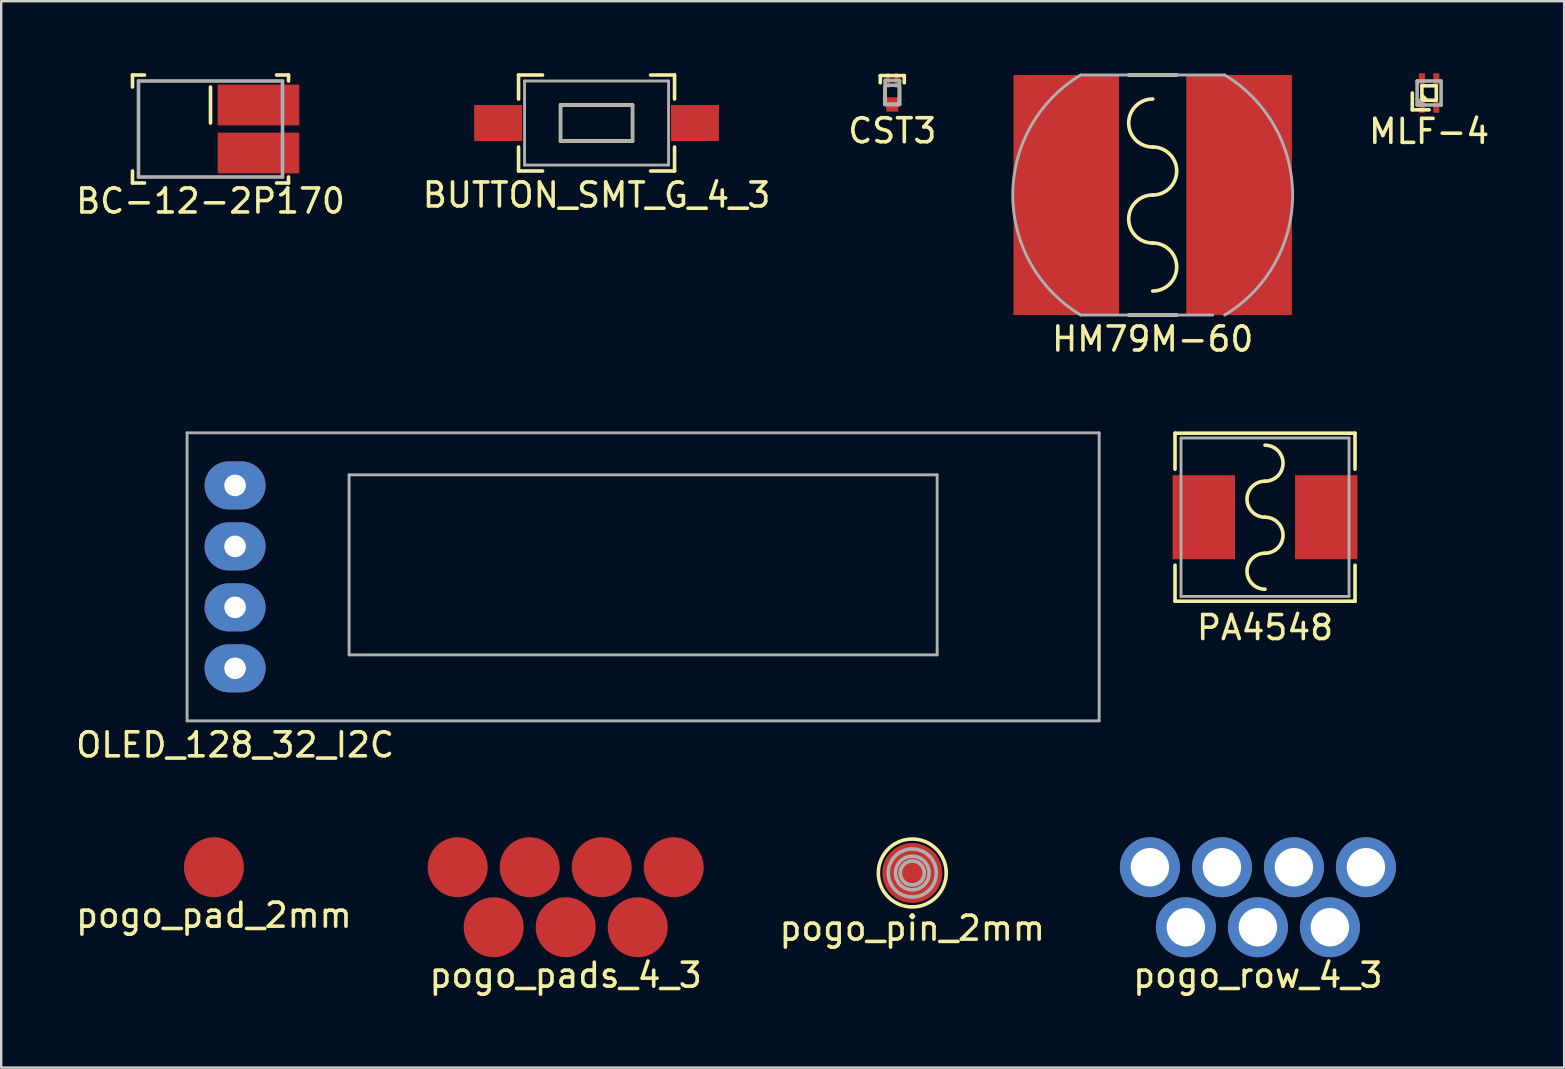
<source format=kicad_pcb>
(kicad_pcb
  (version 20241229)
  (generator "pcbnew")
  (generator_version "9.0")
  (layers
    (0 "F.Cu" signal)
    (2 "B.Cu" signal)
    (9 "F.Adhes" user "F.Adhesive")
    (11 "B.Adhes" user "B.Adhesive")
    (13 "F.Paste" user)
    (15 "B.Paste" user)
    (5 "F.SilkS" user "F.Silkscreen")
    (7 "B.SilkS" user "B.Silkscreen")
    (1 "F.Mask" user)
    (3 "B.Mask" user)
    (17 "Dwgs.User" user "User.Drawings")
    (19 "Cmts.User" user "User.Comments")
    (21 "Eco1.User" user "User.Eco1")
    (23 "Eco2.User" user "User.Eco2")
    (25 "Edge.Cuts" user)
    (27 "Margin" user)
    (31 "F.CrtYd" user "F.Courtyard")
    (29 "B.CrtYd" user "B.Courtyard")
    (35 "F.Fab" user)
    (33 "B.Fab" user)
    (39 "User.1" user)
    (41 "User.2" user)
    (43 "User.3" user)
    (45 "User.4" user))
  (footprint "pogo_pin_2mm"
    (layer "F.Cu")
    (at 34.958 33.321)
    (property "Reference" "pogo_pin_2mm" (at 0 2.3 0) (layer "F.SilkS") (effects (font (size 1 1) (thickness 0.15))))
    (attr through_hole)
    (fp_circle (center 0 0) (end 0.2 -1.4) (stroke (width 0.15) (type solid)) (fill no) (layer "F.SilkS"))
    (fp_circle (center 0 0) (end 0.5 0) (stroke (width 0.15) (type solid)) (fill no) (layer "F.Fab"))
    (fp_circle (center 0 0) (end 0.7 0) (stroke (width 0.15) (type solid)) (fill no) (layer "F.Fab"))
    (fp_circle (center 0 0) (end 1 0) (stroke (width 0.15) (type solid)) (fill no) (layer "F.Fab"))
    (pad "1" smd circle (at 0 0) (size 2.5 2.5) (layers "F.Cu" "F.Mask" "F.Paste")))
  (footprint "CST3"
    (layer "F.Cu")
    (at 34.125 0.8)
    (property "Reference" "CST3" (at 0 1.6 0) (layer "F.SilkS") (effects (font (size 1 1) (thickness 0.15))))
    (attr through_hole)
    (fp_line (start -0.5 -0.7) (end 0.5 -0.7) (stroke (width 0.15) (type solid)) (layer "F.SilkS"))
    (fp_line (start -0.5 -0.4) (end -0.5 -0.7) (stroke (width 0.15) (type solid)) (layer "F.SilkS"))
    (fp_line (start -0.3 -0.2) (end -0.3 0.5) (stroke (width 0.15) (type solid)) (layer "F.SilkS"))
    (fp_line (start -0.3 0.5) (end 0.3 0.5) (stroke (width 0.15) (type solid)) (layer "F.SilkS"))
    (fp_line (start 0.3 0.5) (end 0.3 -0.2) (stroke (width 0.15) (type solid)) (layer "F.SilkS"))
    (fp_line (start 0.5 -0.7) (end 0.5 -0.4) (stroke (width 0.15) (type solid)) (layer "F.SilkS"))
    (fp_line (start -0.3 -0.5) (end 0.3 -0.5) (stroke (width 0.15) (type solid)) (layer "F.Fab"))
    (fp_line (start -0.3 -0.3) (end 0.3 -0.3) (stroke (width 0.15) (type solid)) (layer "F.Fab"))
    (fp_line (start -0.3 0.5) (end -0.3 -0.5) (stroke (width 0.15) (type solid)) (layer "F.Fab"))
    (fp_line (start 0.3 -0.5) (end 0.3 0.5) (stroke (width 0.15) (type solid)) (layer "F.Fab"))
    (fp_line (start 0.3 0.5) (end -0.3 0.5) (stroke (width 0.15) (type solid)) (layer "F.Fab"))
    (pad "1" smd rect (at 0.175 -0.5) (size 0.15 0.6) (layers "F.Cu" "F.Mask" "F.Paste"))
    (pad "2" smd rect (at -0.175 -0.5) (size 0.15 0.6) (layers "F.Cu" "F.Mask" "F.Paste"))
    (pad "3" smd rect (at 0 0.5) (size 0.5 0.6) (layers "F.Cu" "F.Mask" "F.Paste")))
  (footprint "BC-12-2P170"
    (layer "F.Cu")
    (at 5.72 2.325)
    (property "Reference" "BC-12-2P170" (at 0 3 0) (layer "F.SilkS") (effects (font (size 1 1) (thickness 0.15))))
    (attr through_hole)
    (fp_line (start -3.25 -2.25) (end -3.25 -1.75) (stroke (width 0.15) (type solid)) (layer "F.SilkS"))
    (fp_line (start -3.25 1.75) (end -3.25 2.25) (stroke (width 0.15) (type solid)) (layer "F.SilkS"))
    (fp_line (start -3.25 2.25) (end -2.75 2.25) (stroke (width 0.15) (type solid)) (layer "F.SilkS"))
    (fp_line (start -2.75 -2.25) (end -3.25 -2.25) (stroke (width 0.15) (type solid)) (layer "F.SilkS"))
    (fp_line (start 0 -0.25) (end 0 -1.75) (stroke (width 0.15) (type solid)) (layer "F.SilkS"))
    (fp_line (start 2.75 -2.25) (end 3.25 -2.25) (stroke (width 0.15) (type solid)) (layer "F.SilkS"))
    (fp_line (start 2.75 2.25) (end 3.25 2.25) (stroke (width 0.15) (type solid)) (layer "F.SilkS"))
    (fp_line (start 3.25 -2.25) (end 3.25 -2) (stroke (width 0.15) (type solid)) (layer "F.SilkS"))
    (fp_line (start 3.25 2.25) (end 3.25 2) (stroke (width 0.15) (type solid)) (layer "F.SilkS"))
    (fp_line (start -3 -2) (end 3 -2) (stroke (width 0.15) (type solid)) (layer "F.Fab"))
    (fp_line (start -3 2) (end -3 -2) (stroke (width 0.15) (type solid)) (layer "F.Fab"))
    (fp_line (start -3 2) (end 3 2) (stroke (width 0.15) (type solid)) (layer "F.Fab"))
    (fp_line (start 3 -2) (end 3 2) (stroke (width 0.15) (type solid)) (layer "F.Fab"))
    (pad "1" smd rect (at 2 -1) (size 3.4 1.7) (layers "F.Cu" "F.Mask" "F.Paste"))
    (pad "2" smd rect (at 2 1) (size 3.4 1.7) (layers "F.Cu" "F.Mask" "F.Paste")))
  (footprint "HM79M-60"
    (layer "F.Cu")
    (at 44.974 5.075)
    (property "Reference" "HM79M-60" (at 0 6 0) (layer "F.SilkS") (effects (font (size 1 1) (thickness 0.15))))
    (attr through_hole)
    (fp_line (start -1 -5) (end 1 -5) (stroke (width 0.15) (type solid)) (layer "F.SilkS"))
    (fp_line (start -1 5) (end 1 5) (stroke (width 0.15) (type solid)) (layer "F.SilkS"))
    (fp_arc (start 0 -2) (mid -1 -3) (end 0 -4) (stroke (width 0.15) (type solid)) (layer "F.SilkS"))
    (fp_arc (start 0 -2) (mid 1 -1) (end 0 0) (stroke (width 0.15) (type solid)) (layer "F.SilkS"))
    (fp_arc (start 0 2) (mid -1 1) (end 0 0) (stroke (width 0.15) (type solid)) (layer "F.SilkS"))
    (fp_arc (start 0 2) (mid 1 3) (end 0 4) (stroke (width 0.15) (type solid)) (layer "F.SilkS"))
    (fp_line (start 2.5 5) (end -3 5) (stroke (width 0.12) (type solid)) (layer "F.Fab"))
    (fp_line (start 3 -5) (end -3 -5) (stroke (width 0.12) (type solid)) (layer "F.Fab"))
    (fp_arc (start -3 4.999999) (mid -5.830951 0) (end -2.999999 -4.999999) (stroke (width 0.12) (type solid)) (layer "F.Fab"))
    (fp_arc (start 3 -4.999999) (mid 5.830951 0) (end 2.999999 4.999999) (stroke (width 0.12) (type solid)) (layer "F.Fab"))
    (pad "1" smd rect (at -3.6 0) (size 4.4 10) (layers "F.Cu" "F.Mask" "F.Paste"))
    (pad "2" smd rect (at 3.6 0) (size 4.4 10) (layers "F.Cu" "F.Mask" "F.Paste")))
  (footprint "OLED_128_32_I2C"
    (layer "F.Cu")
    (at 6.744 20.983)
    (property "Reference" "OLED_128_32_I2C" (at 0 7 0) (layer "F.SilkS") (effects (font (size 1 1) (thickness 0.15))))
    (attr through_hole)
    (fp_line (start -2 -6) (end 36 -6) (stroke (width 0.12) (type solid)) (layer "F.Fab"))
    (fp_line (start -2 6) (end -2 -6) (stroke (width 0.12) (type solid)) (layer "F.Fab"))
    (fp_line (start 4.75 -4.25) (end 29.25 -4.25) (stroke (width 0.12) (type solid)) (layer "F.Fab"))
    (fp_line (start 4.75 3.25) (end 4.75 -4.25) (stroke (width 0.12) (type solid)) (layer "F.Fab"))
    (fp_line (start 29.25 -4.25) (end 29.25 3.25) (stroke (width 0.12) (type solid)) (layer "F.Fab"))
    (fp_line (start 29.25 3.25) (end 4.75 3.25) (stroke (width 0.12) (type solid)) (layer "F.Fab"))
    (fp_line (start 36 -6) (end 36 6) (stroke (width 0.12) (type solid)) (layer "F.Fab"))
    (fp_line (start 36 6) (end -2 6) (stroke (width 0.12) (type solid)) (layer "F.Fab"))
    (pad "1" thru_hole oval (at 0 -3.81 90) (size 2 2.54) (drill 0.9) (layers "*.Cu" "*.Mask"))
    (pad "2" thru_hole oval (at 0 -1.27 90) (size 2 2.54) (drill 0.9) (layers "*.Cu" "*.Mask"))
    (pad "3" thru_hole oval (at 0 1.27 90) (size 2 2.54) (drill 0.9) (layers "*.Cu" "*.Mask"))
    (pad "4" thru_hole oval (at 0 3.81 90) (size 2 2.54) (drill 0.9) (layers "*.Cu" "*.Mask")))
  (footprint "pogo_pad_2mm"
    (layer "F.Cu")
    (at 5.863 33.081)
    (property "Reference" "pogo_pad_2mm" (at 0 2 0) (layer "F.SilkS") (effects (font (size 1 1) (thickness 0.15))))
    (attr through_hole)
    (pad "1" smd circle (at 0 0) (size 2.5 2.5) (layers "F.Cu" "F.Mask" "F.Paste")))
  (footprint "pogo_row_4_3"
    (layer "F.Cu")
    (at 49.357 33.081)
    (property "Reference" "pogo_row_4_3" (at 0 4.5 0) (layer "F.SilkS") (effects (font (size 1 1) (thickness 0.15))))
    (attr through_hole)
    (pad "1" thru_hole circle (at -4.5 0) (size 2.5 2.5) (drill 1.6) (layers "*.Cu" "*.Mask"))
    (pad "2" thru_hole circle (at -1.5 0) (size 2.5 2.5) (drill 1.6) (layers "*.Cu" "*.Mask"))
    (pad "3" thru_hole circle (at 1.5 0) (size 2.5 2.5) (drill 1.6) (layers "*.Cu" "*.Mask"))
    (pad "4" thru_hole circle (at 4.5 0) (size 2.5 2.5) (drill 1.6) (layers "*.Cu" "*.Mask"))
    (pad "5" thru_hole circle (at -3 2.5) (size 2.5 2.5) (drill 1.6) (layers "*.Cu" "*.Mask"))
    (pad "6" thru_hole circle (at 0 2.5) (size 2.5 2.5) (drill 1.6) (layers "*.Cu" "*.Mask"))
    (pad "7" thru_hole circle (at 3 2.5) (size 2.5 2.5) (drill 1.6) (layers "*.Cu" "*.Mask")))
  (footprint "pogo_pads_4_3"
    (layer "F.Cu")
    (at 20.518 33.081)
    (property "Reference" "pogo_pads_4_3" (at 0 4.5 0) (layer "F.SilkS") (effects (font (size 1 1) (thickness 0.15))))
    (attr through_hole)
    (pad "1" smd circle (at -4.5 0) (size 2.5 2.5) (layers "F.Cu" "F.Mask" "F.Paste"))
    (pad "2" smd circle (at -1.5 0) (size 2.5 2.5) (layers "F.Cu" "F.Mask" "F.Paste"))
    (pad "3" smd circle (at 1.5 0) (size 2.5 2.5) (layers "F.Cu" "F.Mask" "F.Paste"))
    (pad "4" smd circle (at 4.5 0) (size 2.5 2.5) (layers "F.Cu" "F.Mask" "F.Paste"))
    (pad "5" smd circle (at -3 2.5) (size 2.5 2.5) (layers "F.Cu" "F.Mask" "F.Paste"))
    (pad "6" smd circle (at 0 2.5) (size 2.5 2.5) (layers "F.Cu" "F.Mask" "F.Paste"))
    (pad "7" smd circle (at 3 2.5) (size 2.5 2.5) (layers "F.Cu" "F.Mask" "F.Paste")))
  (footprint "MLF-4"
    (layer "F.Cu")
    (at 56.49 0.825)
    (property "Reference" "MLF-4" (at 0 1.6 0) (layer "F.SilkS") (effects (font (size 1 1) (thickness 0.15))))
    (attr through_hole)
    (fp_line (start -0.7 0.7) (end -0.7 0) (stroke (width 0.15) (type solid)) (layer "F.SilkS"))
    (fp_line (start -0.3 -0.3) (end 0.3 -0.3) (stroke (width 0.15) (type solid)) (layer "F.SilkS"))
    (fp_line (start -0.3 0.3) (end -0.3 -0.3) (stroke (width 0.15) (type solid)) (layer "F.SilkS"))
    (fp_line (start -0.1 0.3) (end -0.3 0.1) (stroke (width 0.15) (type solid)) (layer "F.SilkS"))
    (fp_line (start 0 0.7) (end -0.7 0.7) (stroke (width 0.15) (type solid)) (layer "F.SilkS"))
    (fp_line (start 0.3 -0.3) (end 0.3 0.3) (stroke (width 0.15) (type solid)) (layer "F.SilkS"))
    (fp_line (start 0.3 0.3) (end -0.3 0.3) (stroke (width 0.15) (type solid)) (layer "F.SilkS"))
    (fp_line (start -0.5 -0.5) (end 0.5 -0.5) (stroke (width 0.15) (type solid)) (layer "F.Fab"))
    (fp_line (start -0.5 0.25) (end -0.25 0.5) (stroke (width 0.15) (type solid)) (layer "F.Fab"))
    (fp_line (start -0.5 0.5) (end -0.5 -0.5) (stroke (width 0.15) (type solid)) (layer "F.Fab"))
    (fp_line (start 0.5 -0.5) (end 0.5 0.5) (stroke (width 0.15) (type solid)) (layer "F.Fab"))
    (fp_line (start 0.5 0.5) (end -0.5 0.5) (stroke (width 0.15) (type solid)) (layer "F.Fab"))
    (pad "1" smd rect (at -0.3 0.6) (size 0.25 0.45) (layers "F.Cu" "F.Mask" "F.Paste"))
    (pad "2" smd rect (at 0.3 0.6) (size 0.25 0.45) (layers "F.Cu" "F.Mask" "F.Paste"))
    (pad "3" smd rect (at 0.3 -0.6) (size 0.25 0.45) (layers "F.Cu" "F.Mask" "F.Paste"))
    (pad "4" smd rect (at -0.3 -0.6) (size 0.25 0.45) (layers "F.Cu" "F.Mask" "F.Paste")))
  (footprint "PA4548"
    (layer "F.Cu")
    (at 49.654 18.498)
    (property "Reference" "PA4548" (at 0 4.6 0) (layer "F.SilkS") (effects (font (size 1 1) (thickness 0.15))))
    (attr through_hole)
    (fp_line (start -3.75 -3.5) (end 3.75 -3.5) (stroke (width 0.15) (type solid)) (layer "F.SilkS"))
    (fp_line (start -3.75 -2) (end -3.75 -3.5) (stroke (width 0.15) (type solid)) (layer "F.SilkS"))
    (fp_line (start -3.75 2) (end -3.75 3.5) (stroke (width 0.15) (type solid)) (layer "F.SilkS"))
    (fp_line (start -3.75 3.5) (end 3.75 3.5) (stroke (width 0.15) (type solid)) (layer "F.SilkS"))
    (fp_line (start 3.75 -3.5) (end 3.75 -2) (stroke (width 0.15) (type solid)) (layer "F.SilkS"))
    (fp_line (start 3.75 3.5) (end 3.75 2) (stroke (width 0.15) (type solid)) (layer "F.SilkS"))
    (fp_arc (start 0 -3) (mid 0.75 -2.25) (end 0 -1.5) (stroke (width 0.15) (type solid)) (layer "F.SilkS"))
    (fp_arc (start 0 0) (mid -0.75 -0.75) (end 0 -1.5) (stroke (width 0.15) (type solid)) (layer "F.SilkS"))
    (fp_arc (start 0 0) (mid 0.75 0.75) (end 0 1.5) (stroke (width 0.15) (type solid)) (layer "F.SilkS"))
    (fp_arc (start 0 3) (mid -0.75 2.25) (end 0 1.5) (stroke (width 0.15) (type solid)) (layer "F.SilkS"))
    (fp_line (start -3.5 -3.3) (end 3.5 -3.3) (stroke (width 0.12) (type solid)) (layer "F.Fab"))
    (fp_line (start -3.5 3.3) (end -3.5 -3.3) (stroke (width 0.12) (type solid)) (layer "F.Fab"))
    (fp_line (start 3.5 -3.3) (end 3.5 3.3) (stroke (width 0.12) (type solid)) (layer "F.Fab"))
    (fp_line (start 3.5 3.3) (end -3.5 3.3) (stroke (width 0.12) (type solid)) (layer "F.Fab"))
    (pad "1" smd rect (at -2.55 0) (size 2.6 3.5) (layers "F.Cu" "F.Mask" "F.Paste"))
    (pad "2" smd rect (at 2.55 0) (size 2.6 3.5) (layers "F.Cu" "F.Mask" "F.Paste")))
  (footprint "BUTTON_SMT_G_4_3"
    (layer "F.Cu")
    (at 21.804 2.075)
    (property "Reference" "BUTTON_SMT_G_4_3" (at 0 3 0) (layer "F.SilkS") (effects (font (size 1 1) (thickness 0.15))))
    (attr through_hole)
    (fp_line (start -3.25 -2) (end -2.25 -2) (stroke (width 0.15) (type solid)) (layer "F.SilkS"))
    (fp_line (start -3.25 -1) (end -3.25 -2) (stroke (width 0.15) (type solid)) (layer "F.SilkS"))
    (fp_line (start -3.25 1) (end -3.25 2) (stroke (width 0.15) (type solid)) (layer "F.SilkS"))
    (fp_line (start -3.25 2) (end -2.25 2) (stroke (width 0.15) (type solid)) (layer "F.SilkS"))
    (fp_line (start -1.5 -0.75) (end -1.5 0.75) (stroke (width 0.15) (type solid)) (layer "F.SilkS"))
    (fp_line (start -1.5 0.75) (end 1.5 0.75) (stroke (width 0.15) (type solid)) (layer "F.SilkS"))
    (fp_line (start 1.5 -0.75) (end -1.5 -0.75) (stroke (width 0.15) (type solid)) (layer "F.SilkS"))
    (fp_line (start 1.5 0.75) (end 1.5 -0.75) (stroke (width 0.15) (type solid)) (layer "F.SilkS"))
    (fp_line (start 3.25 -2) (end 2.25 -2) (stroke (width 0.15) (type solid)) (layer "F.SilkS"))
    (fp_line (start 3.25 -1) (end 3.25 -2) (stroke (width 0.15) (type solid)) (layer "F.SilkS"))
    (fp_line (start 3.25 1) (end 3.25 2) (stroke (width 0.15) (type solid)) (layer "F.SilkS"))
    (fp_line (start 3.25 2) (end 2.25 2) (stroke (width 0.15) (type solid)) (layer "F.SilkS"))
    (fp_line (start -3 -1.75) (end -3 1.75) (stroke (width 0.12) (type solid)) (layer "F.Fab"))
    (fp_line (start -3 1.75) (end 3 1.75) (stroke (width 0.12) (type solid)) (layer "F.Fab"))
    (fp_line (start -1.5 -0.75) (end 1.5 -0.75) (stroke (width 0.12) (type solid)) (layer "F.Fab"))
    (fp_line (start -1.5 0.75) (end -1.5 -0.75) (stroke (width 0.12) (type solid)) (layer "F.Fab"))
    (fp_line (start 1.5 -0.75) (end 1.5 0.75) (stroke (width 0.12) (type solid)) (layer "F.Fab"))
    (fp_line (start 1.5 0.75) (end -1.5 0.75) (stroke (width 0.12) (type solid)) (layer "F.Fab"))
    (fp_line (start 3 -1.75) (end -3 -1.75) (stroke (width 0.12) (type solid)) (layer "F.Fab"))
    (fp_line (start 3 1.75) (end 3 -1.75) (stroke (width 0.12) (type solid)) (layer "F.Fab"))
    (pad "1" smd rect (at -4.1 0) (size 2 1.5) (layers "F.Cu" "F.Mask" "F.Paste"))
    (pad "2" smd rect (at 4.1 0) (size 2 1.5) (layers "F.Cu" "F.Mask" "F.Paste")))
  (gr_rect
    (start -3 -3)
    (end 62.115 41.43)
    (stroke (width 0.1) (type default))
    (fill no)
    (layer "Edge.Cuts")))
</source>
